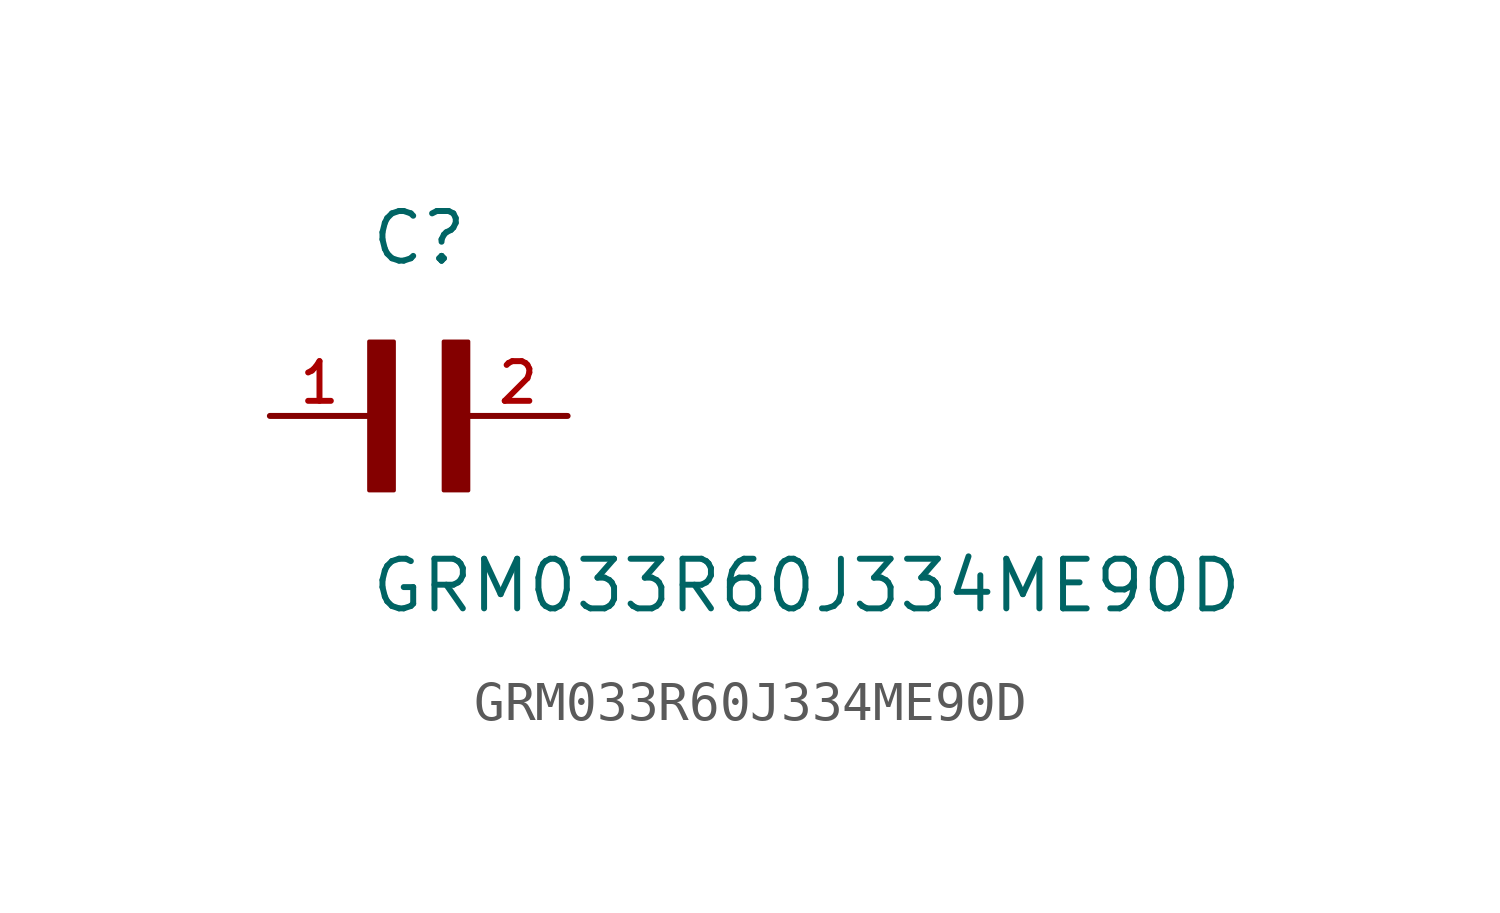
<source format=kicad_sym>
(kicad_symbol_lib
  (version 20211014)
  (generator kicad_symbol_editor)
  (symbol "GRM033R60J334ME90D"
    (pin_names
      (offset 1.016))
    (property "Reference" "C"
      (at 0.0 3.811 0)
      (effects (font (size 1.27 1.27)) (justify bottom left)))
    (property "Value" "GRM033R60J334ME90D"
      (at 0.0 -5.088 0)
      (effects (font (size 1.27 1.27)) (justify bottom left)))
    (symbol "GRM033R60J334ME90D_0_0"
      (rectangle (start 0.0 -1.907) (end 0.635 1.905) (stroke (width 0.1)) (fill (type outline)))
      (rectangle (start 1.907 -1.907) (end 2.54 1.905) (stroke (width 0.1)) (fill (type outline)))
      (pin passive line (at 5.08 0.0 180.0) (length 2.54) (name "~" (effects (font (size 1.016 1.016)))) (number "2" (effects (font (size 1.016 1.016)))))
      (pin passive line (at -2.54 0.0 0) (length 2.54) (name "~" (effects (font (size 1.016 1.016)))) (number "1" (effects (font (size 1.016 1.016))))))))
</source>
